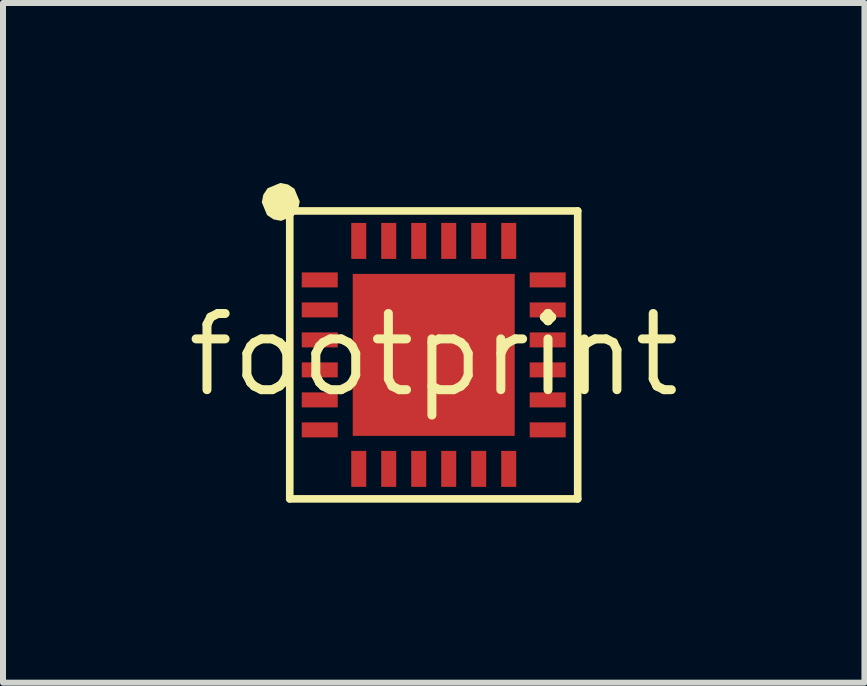
<source format=kicad_pcb>
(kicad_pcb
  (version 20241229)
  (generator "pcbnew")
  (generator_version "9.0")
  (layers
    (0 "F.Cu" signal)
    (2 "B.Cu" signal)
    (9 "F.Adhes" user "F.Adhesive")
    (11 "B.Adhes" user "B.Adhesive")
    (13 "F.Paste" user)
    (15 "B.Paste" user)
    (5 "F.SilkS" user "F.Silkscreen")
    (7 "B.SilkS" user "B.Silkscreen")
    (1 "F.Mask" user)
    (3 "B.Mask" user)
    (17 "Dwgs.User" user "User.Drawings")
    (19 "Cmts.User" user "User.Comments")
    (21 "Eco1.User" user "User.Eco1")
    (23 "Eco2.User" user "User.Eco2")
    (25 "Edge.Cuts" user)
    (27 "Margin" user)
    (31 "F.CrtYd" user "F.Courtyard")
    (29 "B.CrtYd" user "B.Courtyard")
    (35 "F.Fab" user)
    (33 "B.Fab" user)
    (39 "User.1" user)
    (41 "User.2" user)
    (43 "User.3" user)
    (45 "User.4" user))
  (footprint "footprint"
    (layer "F.Cu")
    (at 4.18 2.866)
    (property "Reference" "footprint" (at 0 0 0) (layer "F.SilkS") (effects (font (size 1.27 1.27) (thickness 0.15))))
    (fp_line (start -2.4 -2.4) (end 2.4 -2.4) (stroke (width 0.127) (type solid)) (layer "F.SilkS"))
    (fp_line (start -2.4 2.4) (end -2.4 -2.4) (stroke (width 0.127) (type solid)) (layer "F.SilkS"))
    (fp_line (start 2.4 -2.4) (end 2.4 2.4) (stroke (width 0.127) (type solid)) (layer "F.SilkS"))
    (fp_line (start 2.4 2.4) (end -2.4 2.4) (stroke (width 0.127) (type solid)) (layer "F.SilkS"))
    (fp_poly (pts (xy -2.43 -2.841) (xy -2.322 -2.769) (xy -2.234 -2.557) (xy -2.259 -2.43) (xy -2.331 -2.322) (xy -2.543 -2.234) (xy -2.67 -2.259) (xy -2.778 -2.331) (xy -2.866 -2.543) (xy -2.841 -2.67) (xy -2.769 -2.778) (xy -2.557 -2.866)) (stroke (width 0) (type solid)) (fill yes) (layer "F.SilkS"))
    (fp_poly (pts (xy -1.695 -1.145) (xy -2.105 -1.145) (xy -2.105 -1.355) (xy -1.695 -1.355)) (stroke (width 0) (type solid)) (fill yes) (layer "F.Paste"))
    (fp_poly (pts (xy -1.695 -0.645) (xy -2.105 -0.645) (xy -2.105 -0.855) (xy -1.695 -0.855)) (stroke (width 0) (type solid)) (fill yes) (layer "F.Paste"))
    (fp_poly (pts (xy -1.695 -0.145) (xy -2.105 -0.145) (xy -2.105 -0.355) (xy -1.695 -0.355)) (stroke (width 0) (type solid)) (fill yes) (layer "F.Paste"))
    (fp_poly (pts (xy -1.695 0.355) (xy -2.105 0.355) (xy -2.105 0.145) (xy -1.695 0.145)) (stroke (width 0) (type solid)) (fill yes) (layer "F.Paste"))
    (fp_poly (pts (xy -1.695 0.855) (xy -2.105 0.855) (xy -2.105 0.645) (xy -1.695 0.645)) (stroke (width 0) (type solid)) (fill yes) (layer "F.Paste"))
    (fp_poly (pts (xy -1.695 1.355) (xy -2.105 1.355) (xy -2.105 1.145) (xy -1.695 1.145)) (stroke (width 0) (type solid)) (fill yes) (layer "F.Paste"))
    (fp_poly (pts (xy -1.145 -1.695) (xy -1.355 -1.695) (xy -1.355 -2.105) (xy -1.145 -2.105)) (stroke (width 0) (type solid)) (fill yes) (layer "F.Paste"))
    (fp_poly (pts (xy -1.145 2.105) (xy -1.355 2.105) (xy -1.355 1.695) (xy -1.145 1.695)) (stroke (width 0) (type solid)) (fill yes) (layer "F.Paste"))
    (fp_poly (pts (xy -0.953 -0.254) (xy -0.203 -0.254) (xy -0.203 -1.004) (xy -0.953 -1.004)) (stroke (width 0) (type solid)) (fill yes) (layer "F.Paste"))
    (fp_poly (pts (xy -0.953 1.004) (xy -0.203 1.004) (xy -0.203 0.254) (xy -0.953 0.254)) (stroke (width 0) (type solid)) (fill yes) (layer "F.Paste"))
    (fp_poly (pts (xy -0.645 -1.695) (xy -0.855 -1.695) (xy -0.855 -2.105) (xy -0.645 -2.105)) (stroke (width 0) (type solid)) (fill yes) (layer "F.Paste"))
    (fp_poly (pts (xy -0.645 2.105) (xy -0.855 2.105) (xy -0.855 1.695) (xy -0.645 1.695)) (stroke (width 0) (type solid)) (fill yes) (layer "F.Paste"))
    (fp_poly (pts (xy -0.145 -1.695) (xy -0.355 -1.695) (xy -0.355 -2.105) (xy -0.145 -2.105)) (stroke (width 0) (type solid)) (fill yes) (layer "F.Paste"))
    (fp_poly (pts (xy -0.145 2.105) (xy -0.355 2.105) (xy -0.355 1.695) (xy -0.145 1.695)) (stroke (width 0) (type solid)) (fill yes) (layer "F.Paste"))
    (fp_poly (pts (xy 0.203 -0.254) (xy 0.953 -0.254) (xy 0.953 -1.004) (xy 0.203 -1.004)) (stroke (width 0) (type solid)) (fill yes) (layer "F.Paste"))
    (fp_poly (pts (xy 0.203 1.004) (xy 0.953 1.004) (xy 0.953 0.254) (xy 0.203 0.254)) (stroke (width 0) (type solid)) (fill yes) (layer "F.Paste"))
    (fp_poly (pts (xy 0.355 -1.695) (xy 0.145 -1.695) (xy 0.145 -2.105) (xy 0.355 -2.105)) (stroke (width 0) (type solid)) (fill yes) (layer "F.Paste"))
    (fp_poly (pts (xy 0.355 2.105) (xy 0.145 2.105) (xy 0.145 1.695) (xy 0.355 1.695)) (stroke (width 0) (type solid)) (fill yes) (layer "F.Paste"))
    (fp_poly (pts (xy 0.855 -1.695) (xy 0.645 -1.695) (xy 0.645 -2.105) (xy 0.855 -2.105)) (stroke (width 0) (type solid)) (fill yes) (layer "F.Paste"))
    (fp_poly (pts (xy 0.855 2.105) (xy 0.645 2.105) (xy 0.645 1.695) (xy 0.855 1.695)) (stroke (width 0) (type solid)) (fill yes) (layer "F.Paste"))
    (fp_poly (pts (xy 1.355 -1.695) (xy 1.145 -1.695) (xy 1.145 -2.105) (xy 1.355 -2.105)) (stroke (width 0) (type solid)) (fill yes) (layer "F.Paste"))
    (fp_poly (pts (xy 1.355 2.105) (xy 1.145 2.105) (xy 1.145 1.695) (xy 1.355 1.695)) (stroke (width 0) (type solid)) (fill yes) (layer "F.Paste"))
    (fp_poly (pts (xy 2.105 -1.145) (xy 1.695 -1.145) (xy 1.695 -1.355) (xy 2.105 -1.355)) (stroke (width 0) (type solid)) (fill yes) (layer "F.Paste"))
    (fp_poly (pts (xy 2.105 -0.645) (xy 1.695 -0.645) (xy 1.695 -0.855) (xy 2.105 -0.855)) (stroke (width 0) (type solid)) (fill yes) (layer "F.Paste"))
    (fp_poly (pts (xy 2.105 -0.145) (xy 1.695 -0.145) (xy 1.695 -0.355) (xy 2.105 -0.355)) (stroke (width 0) (type solid)) (fill yes) (layer "F.Paste"))
    (fp_poly (pts (xy 2.105 0.355) (xy 1.695 0.355) (xy 1.695 0.145) (xy 2.105 0.145)) (stroke (width 0) (type solid)) (fill yes) (layer "F.Paste"))
    (fp_poly (pts (xy 2.105 0.855) (xy 1.695 0.855) (xy 1.695 0.645) (xy 2.105 0.645)) (stroke (width 0) (type solid)) (fill yes) (layer "F.Paste"))
    (fp_poly (pts (xy 2.105 1.355) (xy 1.695 1.355) (xy 1.695 1.145) (xy 2.105 1.145)) (stroke (width 0) (type solid)) (fill yes) (layer "F.Paste"))
    (pad "P$1" smd rect (at -1.9 -1.25 90) (size 0.25 0.6) (layers "F.Cu" "F.Mask"))
    (pad "P$2" smd rect (at -1.9 -0.75 90) (size 0.25 0.6) (layers "F.Cu" "F.Mask"))
    (pad "P$3" smd rect (at -1.9 -0.25 90) (size 0.25 0.6) (layers "F.Cu" "F.Mask"))
    (pad "P$4" smd rect (at -1.9 0.25 90) (size 0.25 0.6) (layers "F.Cu" "F.Mask"))
    (pad "P$5" smd rect (at -1.9 0.75 90) (size 0.25 0.6) (layers "F.Cu" "F.Mask"))
    (pad "P$6" smd rect (at -1.9 1.25 90) (size 0.25 0.6) (layers "F.Cu" "F.Mask"))
    (pad "P$7" smd rect (at -1.25 1.9 180) (size 0.25 0.6) (layers "F.Cu" "F.Mask"))
    (pad "P$8" smd rect (at -0.75 1.9 180) (size 0.25 0.6) (layers "F.Cu" "F.Mask"))
    (pad "P$9" smd rect (at -0.25 1.9 180) (size 0.25 0.6) (layers "F.Cu" "F.Mask"))
    (pad "P$10" smd rect (at 0.25 1.9 180) (size 0.25 0.6) (layers "F.Cu" "F.Mask"))
    (pad "P$11" smd rect (at 0.75 1.9 180) (size 0.25 0.6) (layers "F.Cu" "F.Mask"))
    (pad "P$12" smd rect (at 1.25 1.9 180) (size 0.25 0.6) (layers "F.Cu" "F.Mask"))
    (pad "P$13" smd rect (at 1.9 1.25 270) (size 0.25 0.6) (layers "F.Cu" "F.Mask"))
    (pad "P$14" smd rect (at 1.9 0.75 270) (size 0.25 0.6) (layers "F.Cu" "F.Mask"))
    (pad "P$15" smd rect (at 1.9 0.25 270) (size 0.25 0.6) (layers "F.Cu" "F.Mask"))
    (pad "P$16" smd rect (at 1.9 -0.25 270) (size 0.25 0.6) (layers "F.Cu" "F.Mask"))
    (pad "P$17" smd rect (at 1.9 -0.75 270) (size 0.25 0.6) (layers "F.Cu" "F.Mask"))
    (pad "P$18" smd rect (at 1.9 -1.25 270) (size 0.25 0.6) (layers "F.Cu" "F.Mask"))
    (pad "P$19" smd rect (at 1.25 -1.9) (size 0.25 0.6) (layers "F.Cu" "F.Mask"))
    (pad "P$20" smd rect (at 0.75 -1.9) (size 0.25 0.6) (layers "F.Cu" "F.Mask"))
    (pad "P$21" smd rect (at 0.25 -1.9) (size 0.25 0.6) (layers "F.Cu" "F.Mask"))
    (pad "P$22" smd rect (at -0.25 -1.9) (size 0.25 0.6) (layers "F.Cu" "F.Mask"))
    (pad "P$23" smd rect (at -0.75 -1.9) (size 0.25 0.6) (layers "F.Cu" "F.Mask"))
    (pad "P$24" smd rect (at -1.25 -1.9) (size 0.25 0.6) (layers "F.Cu" "F.Mask"))
    (pad "P$25" smd rect (at 0 0) (size 2.7 2.7) (layers "F.Cu" "F.Mask")))
  (gr_rect
    (start -3 -3)
    (end 11.36 8.33)
    (stroke (width 0.1) (type default))
    (fill no)
    (layer "Edge.Cuts")))
</source>
